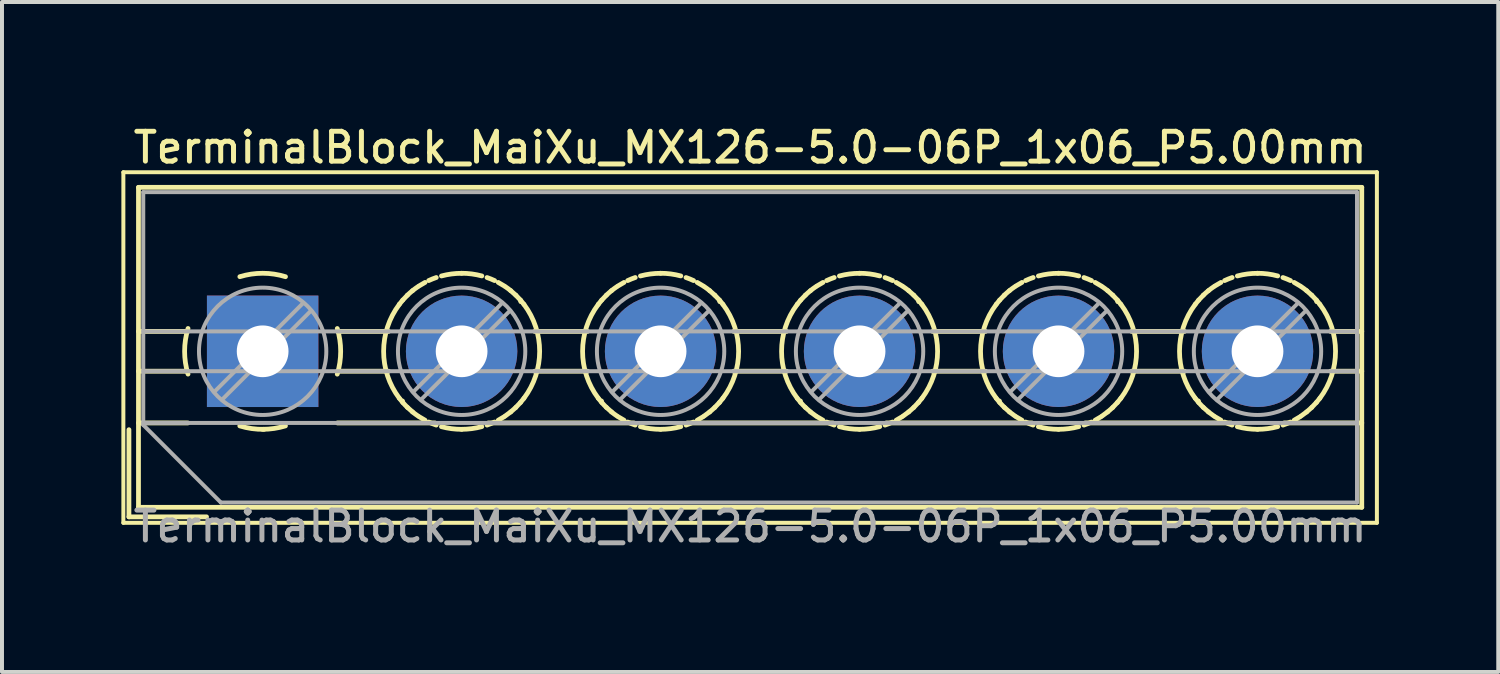
<source format=kicad_pcb>
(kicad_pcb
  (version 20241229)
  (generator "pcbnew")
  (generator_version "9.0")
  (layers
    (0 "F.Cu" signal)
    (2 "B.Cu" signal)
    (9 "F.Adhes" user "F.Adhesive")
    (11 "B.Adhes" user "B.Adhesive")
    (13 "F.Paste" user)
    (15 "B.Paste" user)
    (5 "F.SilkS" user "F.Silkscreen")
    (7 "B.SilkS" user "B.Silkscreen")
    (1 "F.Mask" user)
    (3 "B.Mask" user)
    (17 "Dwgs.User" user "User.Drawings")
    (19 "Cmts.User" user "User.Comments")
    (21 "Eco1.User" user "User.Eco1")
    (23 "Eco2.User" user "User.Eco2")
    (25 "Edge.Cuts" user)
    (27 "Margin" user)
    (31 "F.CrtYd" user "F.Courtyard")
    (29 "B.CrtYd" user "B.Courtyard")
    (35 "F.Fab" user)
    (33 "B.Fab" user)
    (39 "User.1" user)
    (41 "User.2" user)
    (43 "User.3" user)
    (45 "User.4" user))
  (footprint "TerminalBlock_MaiXu_MX126-5.0-06P_1x06_P5.00mm"
    (layer "F.Cu")
    (at 3.55 5.778)
    (property "Reference" "TerminalBlock_MaiXu_MX126-5.0-06P_1x06_P5.00mm" (at 12.25 -5.12 0) (layer "F.SilkS") (effects (font (size 0.75 0.75) (thickness 0.125))))
    (attr through_hole)
    (fp_line (start -3.5 -4.5) (end -3.5 4.31) (stroke (width 0.1) (type solid)) (layer "F.SilkS"))
    (fp_line (start -3.5 4.31) (end 28 4.31) (stroke (width 0.1) (type solid)) (layer "F.SilkS"))
    (fp_line (start -3.36 1.97) (end -3.36 4.16) (stroke (width 0.12) (type solid)) (layer "F.SilkS"))
    (fp_line (start -3.36 4.16) (end -1.41 4.16) (stroke (width 0.12) (type solid)) (layer "F.SilkS"))
    (fp_line (start -3.12 -4.12) (end -3.12 3.92) (stroke (width 0.12) (type solid)) (layer "F.SilkS"))
    (fp_line (start -3.12 -4.12) (end 27.62 -4.12) (stroke (width 0.12) (type solid)) (layer "F.SilkS"))
    (fp_line (start -3.12 -0.5) (end -1.88 -0.5) (stroke (width 0.12) (type solid)) (layer "F.SilkS"))
    (fp_line (start -3.12 0.5) (end -1.88 0.5) (stroke (width 0.12) (type solid)) (layer "F.SilkS"))
    (fp_line (start -3.12 1.8) (end -1.88 1.8) (stroke (width 0.12) (type solid)) (layer "F.SilkS"))
    (fp_line (start -3.12 3.92) (end 27.62 3.92) (stroke (width 0.12) (type solid)) (layer "F.SilkS"))
    (fp_line (start 1.88 -0.5) (end 3.165 -0.5) (stroke (width 0.12) (type solid)) (layer "F.SilkS"))
    (fp_line (start 1.88 0.5) (end 3.165 0.5) (stroke (width 0.12) (type solid)) (layer "F.SilkS"))
    (fp_line (start 1.88 1.8) (end 4.331 1.8) (stroke (width 0.12) (type solid)) (layer "F.SilkS"))
    (fp_line (start 3.514 1.248) (end 3.514 1.248) (stroke (width 0.12) (type solid)) (layer "F.SilkS"))
    (fp_line (start 5.67 1.8) (end 9.331 1.8) (stroke (width 0.12) (type solid)) (layer "F.SilkS"))
    (fp_line (start 6.487 -1.248) (end 6.487 -1.248) (stroke (width 0.12) (type solid)) (layer "F.SilkS"))
    (fp_line (start 6.836 -0.5) (end 8.165 -0.5) (stroke (width 0.12) (type solid)) (layer "F.SilkS"))
    (fp_line (start 6.836 0.5) (end 8.165 0.5) (stroke (width 0.12) (type solid)) (layer "F.SilkS"))
    (fp_line (start 8.514 1.248) (end 8.514 1.248) (stroke (width 0.12) (type solid)) (layer "F.SilkS"))
    (fp_line (start 10.67 1.8) (end 14.331 1.8) (stroke (width 0.12) (type solid)) (layer "F.SilkS"))
    (fp_line (start 11.487 -1.248) (end 11.487 -1.248) (stroke (width 0.12) (type solid)) (layer "F.SilkS"))
    (fp_line (start 11.836 -0.5) (end 13.165 -0.5) (stroke (width 0.12) (type solid)) (layer "F.SilkS"))
    (fp_line (start 11.836 0.5) (end 13.165 0.5) (stroke (width 0.12) (type solid)) (layer "F.SilkS"))
    (fp_line (start 13.514 1.248) (end 13.514 1.248) (stroke (width 0.12) (type solid)) (layer "F.SilkS"))
    (fp_line (start 15.67 1.8) (end 19.331 1.8) (stroke (width 0.12) (type solid)) (layer "F.SilkS"))
    (fp_line (start 16.487 -1.248) (end 16.487 -1.248) (stroke (width 0.12) (type solid)) (layer "F.SilkS"))
    (fp_line (start 16.836 -0.5) (end 18.165 -0.5) (stroke (width 0.12) (type solid)) (layer "F.SilkS"))
    (fp_line (start 16.836 0.5) (end 18.165 0.5) (stroke (width 0.12) (type solid)) (layer "F.SilkS"))
    (fp_line (start 18.514 1.248) (end 18.514 1.248) (stroke (width 0.12) (type solid)) (layer "F.SilkS"))
    (fp_line (start 20.67 1.8) (end 24.331 1.8) (stroke (width 0.12) (type solid)) (layer "F.SilkS"))
    (fp_line (start 21.487 -1.248) (end 21.487 -1.248) (stroke (width 0.12) (type solid)) (layer "F.SilkS"))
    (fp_line (start 21.836 -0.5) (end 23.165 -0.5) (stroke (width 0.12) (type solid)) (layer "F.SilkS"))
    (fp_line (start 21.836 0.5) (end 23.165 0.5) (stroke (width 0.12) (type solid)) (layer "F.SilkS"))
    (fp_line (start 23.514 1.248) (end 23.514 1.248) (stroke (width 0.12) (type solid)) (layer "F.SilkS"))
    (fp_line (start 25.67 1.8) (end 27.62 1.8) (stroke (width 0.12) (type solid)) (layer "F.SilkS"))
    (fp_line (start 26.487 -1.248) (end 26.487 -1.248) (stroke (width 0.12) (type solid)) (layer "F.SilkS"))
    (fp_line (start 26.836 -0.5) (end 27.62 -0.5) (stroke (width 0.12) (type solid)) (layer "F.SilkS"))
    (fp_line (start 26.836 0.5) (end 27.62 0.5) (stroke (width 0.12) (type solid)) (layer "F.SilkS"))
    (fp_line (start 27.62 -4.12) (end 27.62 3.92) (stroke (width 0.12) (type solid)) (layer "F.SilkS"))
    (fp_line (start 28 -4.5) (end -3.5 -4.5) (stroke (width 0.1) (type solid)) (layer "F.SilkS"))
    (fp_line (start 28 4.31) (end 28 -4.5) (stroke (width 0.1) (type solid)) (layer "F.SilkS"))
    (fp_arc (start -1.875422 0.572619) (mid -1.960893 -0.000722) (end -1.875 -0.574) (stroke (width 0.12) (type solid)) (layer "F.SilkS"))
    (fp_arc (start -0.572619 -1.875422) (mid 0.000722 -1.960893) (end 0.574 -1.875) (stroke (width 0.12) (type solid)) (layer "F.SilkS"))
    (fp_arc (start 0.0335 1.960607) (mid -0.273618 1.941709) (end -0.574 1.875) (stroke (width 0.12) (type solid)) (layer "F.SilkS"))
    (fp_arc (start 0.573049 1.874357) (mid 0.289706 1.938471) (end 0 1.96) (stroke (width 0.12) (type solid)) (layer "F.SilkS"))
    (fp_arc (start 1.875422 -0.572619) (mid 1.960893 0.000722) (end 1.875 0.574) (stroke (width 0.12) (type solid)) (layer "F.SilkS"))
    (fp_arc (start 3.434339 1.179122) (mid 3.039994 -0.000549) (end 3.435 -1.18) (stroke (width 0.12) (type solid)) (layer "F.SilkS"))
    (fp_arc (start 3.434826 -1.180695) (mid 3.476985 -1.2346) (end 3.521 -1.287) (stroke (width 0.12) (type solid)) (layer "F.SilkS"))
    (fp_arc (start 3.521125 1.286294) (mid 3.477135 1.233899) (end 3.435 1.18) (stroke (width 0.12) (type solid)) (layer "F.SilkS"))
    (fp_arc (start 3.521202 -1.287012) (mid 3.578748 -1.350291) (end 3.639 -1.411) (stroke (width 0.12) (type solid)) (layer "F.SilkS"))
    (fp_arc (start 3.63871 1.41001) (mid 3.578502 1.349289) (end 3.521 1.286) (stroke (width 0.12) (type solid)) (layer "F.SilkS"))
    (fp_arc (start 3.638867 -1.410738) (mid 3.701698 -1.468767) (end 3.767 -1.524) (stroke (width 0.12) (type solid)) (layer "F.SilkS"))
    (fp_arc (start 3.767069 1.523253) (mid 3.701799 1.468024) (end 3.639 1.41) (stroke (width 0.12) (type solid)) (layer "F.SilkS"))
    (fp_arc (start 3.767452 -1.524377) (mid 3.835117 -1.576689) (end 3.905 -1.626) (stroke (width 0.12) (type solid)) (layer "F.SilkS"))
    (fp_arc (start 3.904517 1.625664) (mid 3.834649 1.576332) (end 3.767 1.524) (stroke (width 0.12) (type solid)) (layer "F.SilkS"))
    (fp_arc (start 3.93363 -1.644317) (mid 4.00637 -1.689266) (end 4.081 -1.731) (stroke (width 0.12) (type solid)) (layer "F.SilkS"))
    (fp_arc (start 4.080344 1.730739) (mid 4.005726 1.688977) (end 3.933 1.644) (stroke (width 0.12) (type solid)) (layer "F.SilkS"))
    (fp_arc (start 4.172694 -1.777259) (mid 4.266842 -1.818121) (end 4.363 -1.854) (stroke (width 0.12) (type solid)) (layer "F.SilkS"))
    (fp_arc (start 4.362283 1.853815) (mid 4.266136 1.817899) (end 4.172 1.777) (stroke (width 0.12) (type solid)) (layer "F.SilkS"))
    (fp_arc (start 4.493681 -1.893473) (mid 4.74516 -1.943362) (end 5.001 -1.96) (stroke (width 0.12) (type solid)) (layer "F.SilkS"))
    (fp_arc (start 5.000479 1.960685) (mid 4.744554 1.943973) (end 4.493 1.894) (stroke (width 0.12) (type solid)) (layer "F.SilkS"))
    (fp_arc (start 5.000487 -1.960944) (mid 5.256437 -1.944104) (end 5.508 -1.894) (stroke (width 0.12) (type solid)) (layer "F.SilkS"))
    (fp_arc (start 5.507285 1.893215) (mid 5.255831 1.943232) (end 5 1.96) (stroke (width 0.12) (type solid)) (layer "F.SilkS"))
    (fp_arc (start 5.638712 -1.85392) (mid 5.734863 -1.817951) (end 5.829 -1.777) (stroke (width 0.12) (type solid)) (layer "F.SilkS"))
    (fp_arc (start 5.829295 1.77705) (mid 5.735155 1.818016) (end 5.639 1.854) (stroke (width 0.12) (type solid)) (layer "F.SilkS"))
    (fp_arc (start 5.920652 -1.730826) (mid 5.995273 -1.689021) (end 6.068 -1.644) (stroke (width 0.12) (type solid)) (layer "F.SilkS"))
    (fp_arc (start 6.068362 1.644143) (mid 5.995629 1.689179) (end 5.921 1.731) (stroke (width 0.12) (type solid)) (layer "F.SilkS"))
    (fp_arc (start 6.096479 -1.625751) (mid 6.16635 -1.576376) (end 6.234 -1.524) (stroke (width 0.12) (type solid)) (layer "F.SilkS"))
    (fp_arc (start 6.233457 1.523294) (mid 6.165838 1.575647) (end 6.096 1.625) (stroke (width 0.12) (type solid)) (layer "F.SilkS"))
    (fp_arc (start 6.233928 -1.523341) (mid 6.2992 -1.468068) (end 6.362 -1.41) (stroke (width 0.12) (type solid)) (layer "F.SilkS"))
    (fp_arc (start 6.36213 1.410651) (mid 6.299301 1.468723) (end 6.234 1.524) (stroke (width 0.12) (type solid)) (layer "F.SilkS"))
    (fp_arc (start 6.362286 -1.410097) (mid 6.422497 -1.349333) (end 6.48 -1.286) (stroke (width 0.12) (type solid)) (layer "F.SilkS"))
    (fp_arc (start 6.479707 1.285928) (mid 6.422207 1.349248) (end 6.362 1.41) (stroke (width 0.12) (type solid)) (layer "F.SilkS"))
    (fp_arc (start 6.479873 -1.286364) (mid 6.523865 -1.233934) (end 6.566 -1.18) (stroke (width 0.12) (type solid)) (layer "F.SilkS"))
    (fp_arc (start 6.565937 -1.180084) (mid 6.960805 -0.000052) (end 6.566 1.18) (stroke (width 0.12) (type solid)) (layer "F.SilkS"))
    (fp_arc (start 6.566102 1.179628) (mid 6.523979 1.233565) (end 6.48 1.286) (stroke (width 0.12) (type solid)) (layer "F.SilkS"))
    (fp_arc (start 8.434339 1.179122) (mid 8.039994 -0.000549) (end 8.435 -1.18) (stroke (width 0.12) (type solid)) (layer "F.SilkS"))
    (fp_arc (start 8.434826 -1.180695) (mid 8.476985 -1.2346) (end 8.521 -1.287) (stroke (width 0.12) (type solid)) (layer "F.SilkS"))
    (fp_arc (start 8.521125 1.286294) (mid 8.477135 1.233899) (end 8.435 1.18) (stroke (width 0.12) (type solid)) (layer "F.SilkS"))
    (fp_arc (start 8.521202 -1.287012) (mid 8.578748 -1.350291) (end 8.639 -1.411) (stroke (width 0.12) (type solid)) (layer "F.SilkS"))
    (fp_arc (start 8.63871 1.41001) (mid 8.578502 1.349289) (end 8.521 1.286) (stroke (width 0.12) (type solid)) (layer "F.SilkS"))
    (fp_arc (start 8.638867 -1.410738) (mid 8.701698 -1.468767) (end 8.767 -1.524) (stroke (width 0.12) (type solid)) (layer "F.SilkS"))
    (fp_arc (start 8.767069 1.523253) (mid 8.701799 1.468024) (end 8.639 1.41) (stroke (width 0.12) (type solid)) (layer "F.SilkS"))
    (fp_arc (start 8.767452 -1.524377) (mid 8.835117 -1.576689) (end 8.905 -1.626) (stroke (width 0.12) (type solid)) (layer "F.SilkS"))
    (fp_arc (start 8.904517 1.625664) (mid 8.834649 1.576332) (end 8.767 1.524) (stroke (width 0.12) (type solid)) (layer "F.SilkS"))
    (fp_arc (start 8.93363 -1.644317) (mid 9.00637 -1.689266) (end 9.081 -1.731) (stroke (width 0.12) (type solid)) (layer "F.SilkS"))
    (fp_arc (start 9.080344 1.730739) (mid 9.005726 1.688977) (end 8.933 1.644) (stroke (width 0.12) (type solid)) (layer "F.SilkS"))
    (fp_arc (start 9.172694 -1.777259) (mid 9.266842 -1.818121) (end 9.363 -1.854) (stroke (width 0.12) (type solid)) (layer "F.SilkS"))
    (fp_arc (start 9.362283 1.853815) (mid 9.266136 1.817899) (end 9.172 1.777) (stroke (width 0.12) (type solid)) (layer "F.SilkS"))
    (fp_arc (start 9.493681 -1.893473) (mid 9.74516 -1.943362) (end 10.001 -1.96) (stroke (width 0.12) (type solid)) (layer "F.SilkS"))
    (fp_arc (start 10.000479 1.960685) (mid 9.744554 1.943973) (end 9.493 1.894) (stroke (width 0.12) (type solid)) (layer "F.SilkS"))
    (fp_arc (start 10.000487 -1.960944) (mid 10.256437 -1.944104) (end 10.508 -1.894) (stroke (width 0.12) (type solid)) (layer "F.SilkS"))
    (fp_arc (start 10.507285 1.893215) (mid 10.255831 1.943232) (end 10 1.96) (stroke (width 0.12) (type solid)) (layer "F.SilkS"))
    (fp_arc (start 10.638712 -1.85392) (mid 10.734863 -1.817951) (end 10.829 -1.777) (stroke (width 0.12) (type solid)) (layer "F.SilkS"))
    (fp_arc (start 10.829295 1.77705) (mid 10.735155 1.818016) (end 10.639 1.854) (stroke (width 0.12) (type solid)) (layer "F.SilkS"))
    (fp_arc (start 10.920652 -1.730826) (mid 10.995273 -1.689021) (end 11.068 -1.644) (stroke (width 0.12) (type solid)) (layer "F.SilkS"))
    (fp_arc (start 11.068362 1.644143) (mid 10.995629 1.689179) (end 10.921 1.731) (stroke (width 0.12) (type solid)) (layer "F.SilkS"))
    (fp_arc (start 11.096479 -1.625751) (mid 11.16635 -1.576376) (end 11.234 -1.524) (stroke (width 0.12) (type solid)) (layer "F.SilkS"))
    (fp_arc (start 11.233457 1.523294) (mid 11.165838 1.575647) (end 11.096 1.625) (stroke (width 0.12) (type solid)) (layer "F.SilkS"))
    (fp_arc (start 11.233928 -1.523341) (mid 11.2992 -1.468068) (end 11.362 -1.41) (stroke (width 0.12) (type solid)) (layer "F.SilkS"))
    (fp_arc (start 11.36213 1.410651) (mid 11.299301 1.468723) (end 11.234 1.524) (stroke (width 0.12) (type solid)) (layer "F.SilkS"))
    (fp_arc (start 11.362286 -1.410097) (mid 11.422497 -1.349333) (end 11.48 -1.286) (stroke (width 0.12) (type solid)) (layer "F.SilkS"))
    (fp_arc (start 11.479707 1.285928) (mid 11.422207 1.349248) (end 11.362 1.41) (stroke (width 0.12) (type solid)) (layer "F.SilkS"))
    (fp_arc (start 11.479873 -1.286364) (mid 11.523865 -1.233934) (end 11.566 -1.18) (stroke (width 0.12) (type solid)) (layer "F.SilkS"))
    (fp_arc (start 11.565937 -1.180084) (mid 11.960805 -0.000052) (end 11.566 1.18) (stroke (width 0.12) (type solid)) (layer "F.SilkS"))
    (fp_arc (start 11.566102 1.179628) (mid 11.523979 1.233565) (end 11.48 1.286) (stroke (width 0.12) (type solid)) (layer "F.SilkS"))
    (fp_arc (start 13.434339 1.179122) (mid 13.039994 -0.000549) (end 13.435 -1.18) (stroke (width 0.12) (type solid)) (layer "F.SilkS"))
    (fp_arc (start 13.434826 -1.180695) (mid 13.476985 -1.2346) (end 13.521 -1.287) (stroke (width 0.12) (type solid)) (layer "F.SilkS"))
    (fp_arc (start 13.521125 1.286294) (mid 13.477135 1.233899) (end 13.435 1.18) (stroke (width 0.12) (type solid)) (layer "F.SilkS"))
    (fp_arc (start 13.521202 -1.287012) (mid 13.578748 -1.350291) (end 13.639 -1.411) (stroke (width 0.12) (type solid)) (layer "F.SilkS"))
    (fp_arc (start 13.63871 1.41001) (mid 13.578502 1.349289) (end 13.521 1.286) (stroke (width 0.12) (type solid)) (layer "F.SilkS"))
    (fp_arc (start 13.638867 -1.410738) (mid 13.701698 -1.468767) (end 13.767 -1.524) (stroke (width 0.12) (type solid)) (layer "F.SilkS"))
    (fp_arc (start 13.767069 1.523253) (mid 13.701799 1.468024) (end 13.639 1.41) (stroke (width 0.12) (type solid)) (layer "F.SilkS"))
    (fp_arc (start 13.767452 -1.524377) (mid 13.835117 -1.576689) (end 13.905 -1.626) (stroke (width 0.12) (type solid)) (layer "F.SilkS"))
    (fp_arc (start 13.904517 1.625664) (mid 13.834649 1.576332) (end 13.767 1.524) (stroke (width 0.12) (type solid)) (layer "F.SilkS"))
    (fp_arc (start 13.93363 -1.644317) (mid 14.00637 -1.689266) (end 14.081 -1.731) (stroke (width 0.12) (type solid)) (layer "F.SilkS"))
    (fp_arc (start 14.080344 1.730739) (mid 14.005726 1.688977) (end 13.933 1.644) (stroke (width 0.12) (type solid)) (layer "F.SilkS"))
    (fp_arc (start 14.172694 -1.777259) (mid 14.266842 -1.818121) (end 14.363 -1.854) (stroke (width 0.12) (type solid)) (layer "F.SilkS"))
    (fp_arc (start 14.362283 1.853815) (mid 14.266136 1.817899) (end 14.172 1.777) (stroke (width 0.12) (type solid)) (layer "F.SilkS"))
    (fp_arc (start 14.493681 -1.893473) (mid 14.74516 -1.943362) (end 15.001 -1.96) (stroke (width 0.12) (type solid)) (layer "F.SilkS"))
    (fp_arc (start 15.000479 1.960685) (mid 14.744554 1.943973) (end 14.493 1.894) (stroke (width 0.12) (type solid)) (layer "F.SilkS"))
    (fp_arc (start 15.000487 -1.960944) (mid 15.256437 -1.944104) (end 15.508 -1.894) (stroke (width 0.12) (type solid)) (layer "F.SilkS"))
    (fp_arc (start 15.507285 1.893215) (mid 15.255831 1.943232) (end 15 1.96) (stroke (width 0.12) (type solid)) (layer "F.SilkS"))
    (fp_arc (start 15.638712 -1.85392) (mid 15.734863 -1.817951) (end 15.829 -1.777) (stroke (width 0.12) (type solid)) (layer "F.SilkS"))
    (fp_arc (start 15.829295 1.77705) (mid 15.735155 1.818016) (end 15.639 1.854) (stroke (width 0.12) (type solid)) (layer "F.SilkS"))
    (fp_arc (start 15.920652 -1.730826) (mid 15.995273 -1.689021) (end 16.068 -1.644) (stroke (width 0.12) (type solid)) (layer "F.SilkS"))
    (fp_arc (start 16.068362 1.644143) (mid 15.995629 1.689179) (end 15.921 1.731) (stroke (width 0.12) (type solid)) (layer "F.SilkS"))
    (fp_arc (start 16.096479 -1.625751) (mid 16.16635 -1.576376) (end 16.234 -1.524) (stroke (width 0.12) (type solid)) (layer "F.SilkS"))
    (fp_arc (start 16.233457 1.523294) (mid 16.165838 1.575647) (end 16.096 1.625) (stroke (width 0.12) (type solid)) (layer "F.SilkS"))
    (fp_arc (start 16.233928 -1.523341) (mid 16.2992 -1.468068) (end 16.362 -1.41) (stroke (width 0.12) (type solid)) (layer "F.SilkS"))
    (fp_arc (start 16.36213 1.410651) (mid 16.299301 1.468723) (end 16.234 1.524) (stroke (width 0.12) (type solid)) (layer "F.SilkS"))
    (fp_arc (start 16.362286 -1.410097) (mid 16.422497 -1.349333) (end 16.48 -1.286) (stroke (width 0.12) (type solid)) (layer "F.SilkS"))
    (fp_arc (start 16.479707 1.285928) (mid 16.422207 1.349248) (end 16.362 1.41) (stroke (width 0.12) (type solid)) (layer "F.SilkS"))
    (fp_arc (start 16.479873 -1.286364) (mid 16.523865 -1.233934) (end 16.566 -1.18) (stroke (width 0.12) (type solid)) (layer "F.SilkS"))
    (fp_arc (start 16.565937 -1.180084) (mid 16.960805 -0.000052) (end 16.566 1.18) (stroke (width 0.12) (type solid)) (layer "F.SilkS"))
    (fp_arc (start 16.566102 1.179628) (mid 16.523979 1.233565) (end 16.48 1.286) (stroke (width 0.12) (type solid)) (layer "F.SilkS"))
    (fp_arc (start 18.434339 1.179122) (mid 18.039994 -0.000549) (end 18.435 -1.18) (stroke (width 0.12) (type solid)) (layer "F.SilkS"))
    (fp_arc (start 18.434826 -1.180695) (mid 18.476985 -1.2346) (end 18.521 -1.287) (stroke (width 0.12) (type solid)) (layer "F.SilkS"))
    (fp_arc (start 18.521125 1.286294) (mid 18.477135 1.233899) (end 18.435 1.18) (stroke (width 0.12) (type solid)) (layer "F.SilkS"))
    (fp_arc (start 18.521202 -1.287012) (mid 18.578748 -1.350291) (end 18.639 -1.411) (stroke (width 0.12) (type solid)) (layer "F.SilkS"))
    (fp_arc (start 18.63871 1.41001) (mid 18.578502 1.349289) (end 18.521 1.286) (stroke (width 0.12) (type solid)) (layer "F.SilkS"))
    (fp_arc (start 18.638867 -1.410738) (mid 18.701698 -1.468767) (end 18.767 -1.524) (stroke (width 0.12) (type solid)) (layer "F.SilkS"))
    (fp_arc (start 18.767069 1.523253) (mid 18.701799 1.468024) (end 18.639 1.41) (stroke (width 0.12) (type solid)) (layer "F.SilkS"))
    (fp_arc (start 18.767452 -1.524377) (mid 18.835117 -1.576689) (end 18.905 -1.626) (stroke (width 0.12) (type solid)) (layer "F.SilkS"))
    (fp_arc (start 18.904517 1.625664) (mid 18.834649 1.576332) (end 18.767 1.524) (stroke (width 0.12) (type solid)) (layer "F.SilkS"))
    (fp_arc (start 18.93363 -1.644317) (mid 19.00637 -1.689266) (end 19.081 -1.731) (stroke (width 0.12) (type solid)) (layer "F.SilkS"))
    (fp_arc (start 19.080344 1.730739) (mid 19.005726 1.688977) (end 18.933 1.644) (stroke (width 0.12) (type solid)) (layer "F.SilkS"))
    (fp_arc (start 19.172694 -1.777259) (mid 19.266842 -1.818121) (end 19.363 -1.854) (stroke (width 0.12) (type solid)) (layer "F.SilkS"))
    (fp_arc (start 19.362283 1.853815) (mid 19.266136 1.817899) (end 19.172 1.777) (stroke (width 0.12) (type solid)) (layer "F.SilkS"))
    (fp_arc (start 19.493681 -1.893473) (mid 19.74516 -1.943362) (end 20.001 -1.96) (stroke (width 0.12) (type solid)) (layer "F.SilkS"))
    (fp_arc (start 20.000479 1.960685) (mid 19.744554 1.943973) (end 19.493 1.894) (stroke (width 0.12) (type solid)) (layer "F.SilkS"))
    (fp_arc (start 20.000487 -1.960944) (mid 20.256437 -1.944104) (end 20.508 -1.894) (stroke (width 0.12) (type solid)) (layer "F.SilkS"))
    (fp_arc (start 20.507285 1.893215) (mid 20.255831 1.943232) (end 20 1.96) (stroke (width 0.12) (type solid)) (layer "F.SilkS"))
    (fp_arc (start 20.638712 -1.85392) (mid 20.734863 -1.817951) (end 20.829 -1.777) (stroke (width 0.12) (type solid)) (layer "F.SilkS"))
    (fp_arc (start 20.829295 1.77705) (mid 20.735155 1.818016) (end 20.639 1.854) (stroke (width 0.12) (type solid)) (layer "F.SilkS"))
    (fp_arc (start 20.920652 -1.730826) (mid 20.995273 -1.689021) (end 21.068 -1.644) (stroke (width 0.12) (type solid)) (layer "F.SilkS"))
    (fp_arc (start 21.068362 1.644143) (mid 20.995629 1.689179) (end 20.921 1.731) (stroke (width 0.12) (type solid)) (layer "F.SilkS"))
    (fp_arc (start 21.096479 -1.625751) (mid 21.16635 -1.576376) (end 21.234 -1.524) (stroke (width 0.12) (type solid)) (layer "F.SilkS"))
    (fp_arc (start 21.233457 1.523294) (mid 21.165838 1.575647) (end 21.096 1.625) (stroke (width 0.12) (type solid)) (layer "F.SilkS"))
    (fp_arc (start 21.233928 -1.523341) (mid 21.2992 -1.468068) (end 21.362 -1.41) (stroke (width 0.12) (type solid)) (layer "F.SilkS"))
    (fp_arc (start 21.36213 1.410651) (mid 21.299301 1.468723) (end 21.234 1.524) (stroke (width 0.12) (type solid)) (layer "F.SilkS"))
    (fp_arc (start 21.362286 -1.410097) (mid 21.422497 -1.349333) (end 21.48 -1.286) (stroke (width 0.12) (type solid)) (layer "F.SilkS"))
    (fp_arc (start 21.479707 1.285928) (mid 21.422207 1.349248) (end 21.362 1.41) (stroke (width 0.12) (type solid)) (layer "F.SilkS"))
    (fp_arc (start 21.479873 -1.286364) (mid 21.523865 -1.233934) (end 21.566 -1.18) (stroke (width 0.12) (type solid)) (layer "F.SilkS"))
    (fp_arc (start 21.565937 -1.180084) (mid 21.960805 -0.000052) (end 21.566 1.18) (stroke (width 0.12) (type solid)) (layer "F.SilkS"))
    (fp_arc (start 21.566102 1.179628) (mid 21.523979 1.233565) (end 21.48 1.286) (stroke (width 0.12) (type solid)) (layer "F.SilkS"))
    (fp_arc (start 23.434339 1.179122) (mid 23.039994 -0.000549) (end 23.435 -1.18) (stroke (width 0.12) (type solid)) (layer "F.SilkS"))
    (fp_arc (start 23.434826 -1.180695) (mid 23.476985 -1.2346) (end 23.521 -1.287) (stroke (width 0.12) (type solid)) (layer "F.SilkS"))
    (fp_arc (start 23.521125 1.286294) (mid 23.477135 1.233899) (end 23.435 1.18) (stroke (width 0.12) (type solid)) (layer "F.SilkS"))
    (fp_arc (start 23.521202 -1.287012) (mid 23.578748 -1.350291) (end 23.639 -1.411) (stroke (width 0.12) (type solid)) (layer "F.SilkS"))
    (fp_arc (start 23.63871 1.41001) (mid 23.578502 1.349289) (end 23.521 1.286) (stroke (width 0.12) (type solid)) (layer "F.SilkS"))
    (fp_arc (start 23.638867 -1.410738) (mid 23.701698 -1.468767) (end 23.767 -1.524) (stroke (width 0.12) (type solid)) (layer "F.SilkS"))
    (fp_arc (start 23.767069 1.523253) (mid 23.701799 1.468024) (end 23.639 1.41) (stroke (width 0.12) (type solid)) (layer "F.SilkS"))
    (fp_arc (start 23.767452 -1.524377) (mid 23.835117 -1.576689) (end 23.905 -1.626) (stroke (width 0.12) (type solid)) (layer "F.SilkS"))
    (fp_arc (start 23.904517 1.625664) (mid 23.834649 1.576332) (end 23.767 1.524) (stroke (width 0.12) (type solid)) (layer "F.SilkS"))
    (fp_arc (start 23.93363 -1.644317) (mid 24.00637 -1.689266) (end 24.081 -1.731) (stroke (width 0.12) (type solid)) (layer "F.SilkS"))
    (fp_arc (start 24.080344 1.730739) (mid 24.005726 1.688977) (end 23.933 1.644) (stroke (width 0.12) (type solid)) (layer "F.SilkS"))
    (fp_arc (start 24.172694 -1.777259) (mid 24.266842 -1.818121) (end 24.363 -1.854) (stroke (width 0.12) (type solid)) (layer "F.SilkS"))
    (fp_arc (start 24.362283 1.853815) (mid 24.266136 1.817899) (end 24.172 1.777) (stroke (width 0.12) (type solid)) (layer "F.SilkS"))
    (fp_arc (start 24.493681 -1.893473) (mid 24.74516 -1.943362) (end 25.001 -1.96) (stroke (width 0.12) (type solid)) (layer "F.SilkS"))
    (fp_arc (start 25.000479 1.960685) (mid 24.744554 1.943973) (end 24.493 1.894) (stroke (width 0.12) (type solid)) (layer "F.SilkS"))
    (fp_arc (start 25.000487 -1.960944) (mid 25.256437 -1.944104) (end 25.508 -1.894) (stroke (width 0.12) (type solid)) (layer "F.SilkS"))
    (fp_arc (start 25.507285 1.893215) (mid 25.255831 1.943232) (end 25 1.96) (stroke (width 0.12) (type solid)) (layer "F.SilkS"))
    (fp_arc (start 25.638712 -1.85392) (mid 25.734863 -1.817951) (end 25.829 -1.777) (stroke (width 0.12) (type solid)) (layer "F.SilkS"))
    (fp_arc (start 25.829295 1.77705) (mid 25.735155 1.818016) (end 25.639 1.854) (stroke (width 0.12) (type solid)) (layer "F.SilkS"))
    (fp_arc (start 25.920652 -1.730826) (mid 25.995273 -1.689021) (end 26.068 -1.644) (stroke (width 0.12) (type solid)) (layer "F.SilkS"))
    (fp_arc (start 26.068362 1.644143) (mid 25.995629 1.689179) (end 25.921 1.731) (stroke (width 0.12) (type solid)) (layer "F.SilkS"))
    (fp_arc (start 26.096479 -1.625751) (mid 26.16635 -1.576376) (end 26.234 -1.524) (stroke (width 0.12) (type solid)) (layer "F.SilkS"))
    (fp_arc (start 26.233457 1.523294) (mid 26.165838 1.575647) (end 26.096 1.625) (stroke (width 0.12) (type solid)) (layer "F.SilkS"))
    (fp_arc (start 26.233928 -1.523341) (mid 26.2992 -1.468068) (end 26.362 -1.41) (stroke (width 0.12) (type solid)) (layer "F.SilkS"))
    (fp_arc (start 26.36213 1.410651) (mid 26.299301 1.468723) (end 26.234 1.524) (stroke (width 0.12) (type solid)) (layer "F.SilkS"))
    (fp_arc (start 26.362286 -1.410097) (mid 26.422497 -1.349333) (end 26.48 -1.286) (stroke (width 0.12) (type solid)) (layer "F.SilkS"))
    (fp_arc (start 26.479707 1.285928) (mid 26.422207 1.349248) (end 26.362 1.41) (stroke (width 0.12) (type solid)) (layer "F.SilkS"))
    (fp_arc (start 26.479873 -1.286364) (mid 26.523865 -1.233934) (end 26.566 -1.18) (stroke (width 0.12) (type solid)) (layer "F.SilkS"))
    (fp_arc (start 26.565937 -1.180084) (mid 26.960805 -0.000052) (end 26.566 1.18) (stroke (width 0.12) (type solid)) (layer "F.SilkS"))
    (fp_arc (start 26.566102 1.179628) (mid 26.523979 1.233565) (end 26.48 1.286) (stroke (width 0.12) (type solid)) (layer "F.SilkS"))
    (fp_line (start -3 -4) (end 27.5 -4) (stroke (width 0.1) (type solid)) (layer "F.Fab"))
    (fp_line (start -3 -0.5) (end 27.5 -0.5) (stroke (width 0.1) (type solid)) (layer "F.Fab"))
    (fp_line (start -3 0.5) (end 27.5 0.5) (stroke (width 0.1) (type solid)) (layer "F.Fab"))
    (fp_line (start -3 1.8) (end 27.5 1.8) (stroke (width 0.1) (type solid)) (layer "F.Fab"))
    (fp_line (start -3 1.85) (end -3 -4) (stroke (width 0.1) (type solid)) (layer "F.Fab"))
    (fp_line (start -1.05 3.8) (end -3 1.85) (stroke (width 0.1) (type solid)) (layer "F.Fab"))
    (fp_line (start 1.019 -1.214) (end -1.214 1.018) (stroke (width 0.1) (type solid)) (layer "F.Fab"))
    (fp_line (start 1.214 -1.019) (end -1.019 1.214) (stroke (width 0.1) (type solid)) (layer "F.Fab"))
    (fp_line (start 6.019 -1.214) (end 3.787 1.018) (stroke (width 0.1) (type solid)) (layer "F.Fab"))
    (fp_line (start 6.214 -1.019) (end 3.982 1.214) (stroke (width 0.1) (type solid)) (layer "F.Fab"))
    (fp_line (start 11.019 -1.214) (end 8.787 1.018) (stroke (width 0.1) (type solid)) (layer "F.Fab"))
    (fp_line (start 11.214 -1.019) (end 8.982 1.214) (stroke (width 0.1) (type solid)) (layer "F.Fab"))
    (fp_line (start 16.019 -1.214) (end 13.787 1.018) (stroke (width 0.1) (type solid)) (layer "F.Fab"))
    (fp_line (start 16.214 -1.019) (end 13.982 1.214) (stroke (width 0.1) (type solid)) (layer "F.Fab"))
    (fp_line (start 21.019 -1.214) (end 18.787 1.018) (stroke (width 0.1) (type solid)) (layer "F.Fab"))
    (fp_line (start 21.214 -1.019) (end 18.982 1.214) (stroke (width 0.1) (type solid)) (layer "F.Fab"))
    (fp_line (start 26.019 -1.214) (end 23.787 1.018) (stroke (width 0.1) (type solid)) (layer "F.Fab"))
    (fp_line (start 26.214 -1.019) (end 23.982 1.214) (stroke (width 0.1) (type solid)) (layer "F.Fab"))
    (fp_line (start 27.5 -4) (end 27.5 3.8) (stroke (width 0.1) (type solid)) (layer "F.Fab"))
    (fp_line (start 27.5 3.8) (end -1.05 3.8) (stroke (width 0.1) (type solid)) (layer "F.Fab"))
    (fp_circle (center 0 0) (end 1.6 0) (stroke (width 0.1) (type solid)) (fill no) (layer "F.Fab"))
    (fp_circle (center 5 0) (end 6.6 0) (stroke (width 0.1) (type solid)) (fill no) (layer "F.Fab"))
    (fp_circle (center 10 0) (end 11.6 0) (stroke (width 0.1) (type solid)) (fill no) (layer "F.Fab"))
    (fp_circle (center 15 0) (end 16.6 0) (stroke (width 0.1) (type solid)) (fill no) (layer "F.Fab"))
    (fp_circle (center 20 0) (end 21.6 0) (stroke (width 0.1) (type solid)) (fill no) (layer "F.Fab"))
    (fp_circle (center 25 0) (end 26.6 0) (stroke (width 0.1) (type solid)) (fill no) (layer "F.Fab"))
    (fp_text user "${REFERENCE}" (at 12.25 4.4 0) (layer "F.Fab") (effects (font (size 0.75 0.75) (thickness 0.125))))
    (pad "1" thru_hole rect (at 0 0) (size 2.8 2.8) (drill 1.3) (layers "*.Cu" "*.Mask"))
    (pad "2" thru_hole circle (at 5 0) (size 2.8 2.8) (drill 1.3) (layers "*.Cu" "*.Mask"))
    (pad "3" thru_hole circle (at 10 0) (size 2.8 2.8) (drill 1.3) (layers "*.Cu" "*.Mask"))
    (pad "4" thru_hole circle (at 15 0) (size 2.8 2.8) (drill 1.3) (layers "*.Cu" "*.Mask"))
    (pad "5" thru_hole circle (at 20 0) (size 2.8 2.8) (drill 1.3) (layers "*.Cu" "*.Mask"))
    (pad "6" thru_hole circle (at 25 0) (size 2.8 2.8) (drill 1.3) (layers "*.Cu" "*.Mask")))
  (gr_rect
    (start -3 -3)
    (end 34.6 13.836)
    (stroke (width 0.1) (type default))
    (fill no)
    (layer "Edge.Cuts")))
</source>
